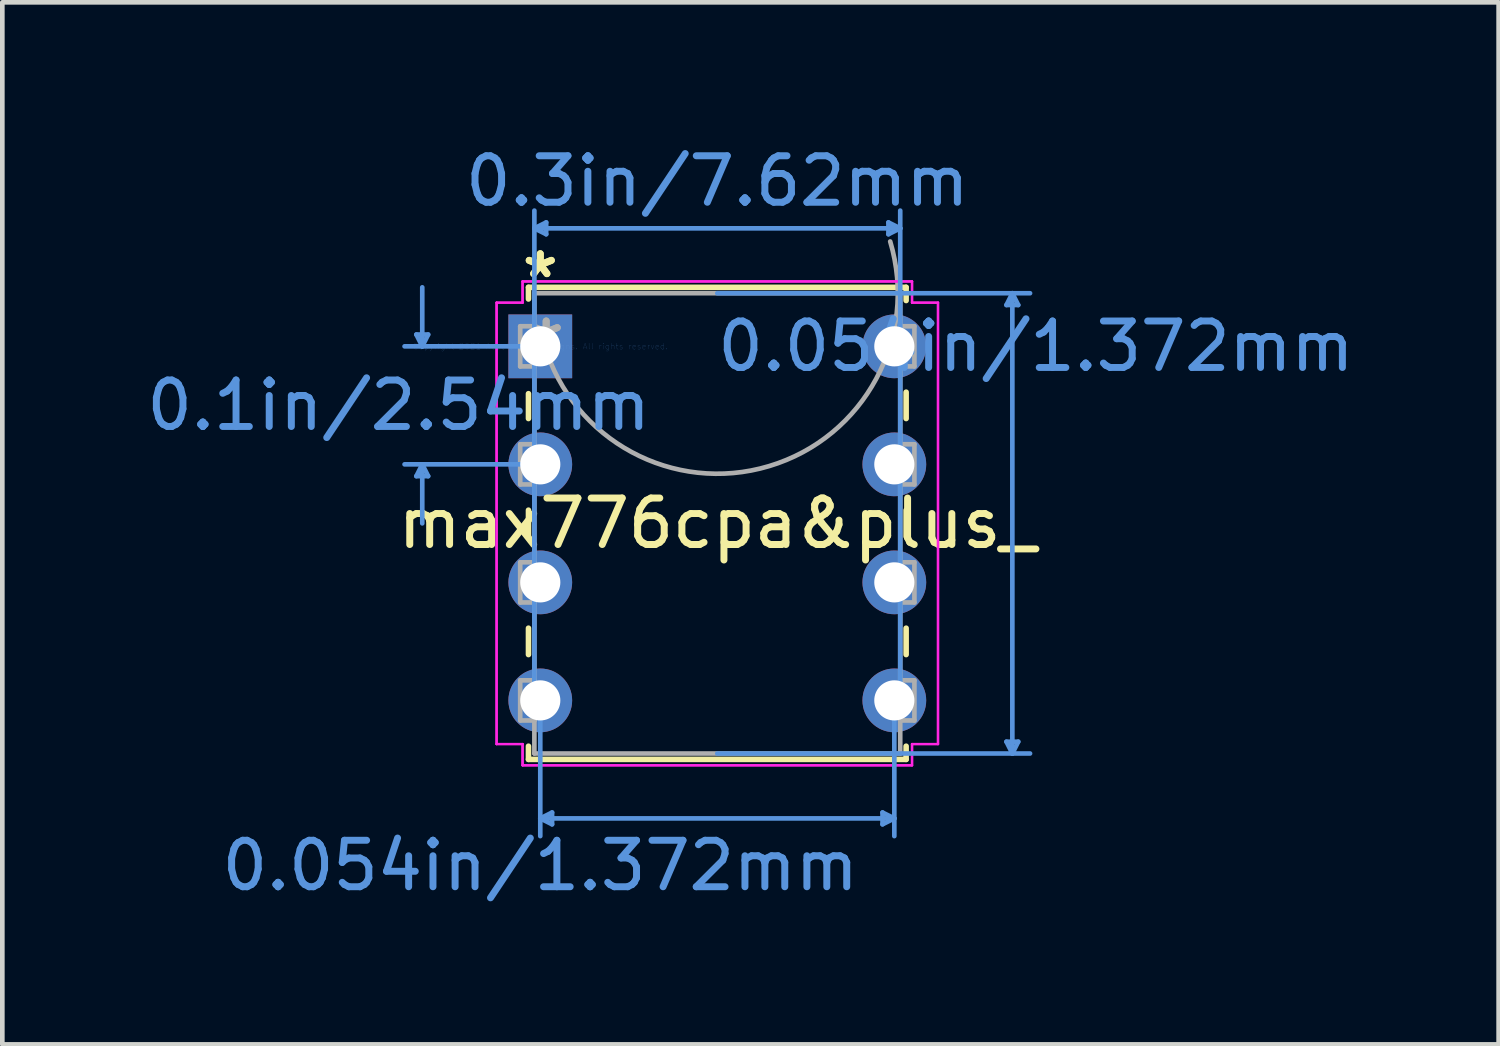
<source format=kicad_pcb>
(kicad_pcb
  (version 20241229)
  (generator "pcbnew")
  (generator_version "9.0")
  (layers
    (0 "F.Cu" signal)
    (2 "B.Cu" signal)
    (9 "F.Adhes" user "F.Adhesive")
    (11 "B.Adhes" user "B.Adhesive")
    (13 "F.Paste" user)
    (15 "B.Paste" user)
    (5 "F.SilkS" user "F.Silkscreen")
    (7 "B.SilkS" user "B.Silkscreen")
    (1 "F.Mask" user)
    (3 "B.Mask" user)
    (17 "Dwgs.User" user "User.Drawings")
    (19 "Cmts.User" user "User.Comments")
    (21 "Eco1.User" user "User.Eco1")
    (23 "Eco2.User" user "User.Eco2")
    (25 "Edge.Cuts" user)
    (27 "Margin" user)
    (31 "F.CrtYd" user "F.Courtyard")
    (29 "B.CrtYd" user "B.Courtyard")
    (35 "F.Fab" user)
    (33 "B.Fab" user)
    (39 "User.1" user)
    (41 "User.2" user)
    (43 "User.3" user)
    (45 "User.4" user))
  (footprint "max776cpa&plus_"
    (layer "F.Cu")
    (at 8.578 4.404)
    (property "Reference" "max776cpa&plus_" (at 3.81 3.81 0) (layer "F.SilkS") (effects (font (size 1 1) (thickness 0.15))))
    (attr through_hole)
    (fp_line (start -0.254 -1.27) (end -0.254 -1.019) (stroke (width 0.12) (type solid)) (layer "F.SilkS"))
    (fp_line (start -0.254 1.019) (end -0.254 1.554) (stroke (width 0.12) (type solid)) (layer "F.SilkS"))
    (fp_line (start -0.254 3.526) (end -0.254 4.094) (stroke (width 0.12) (type solid)) (layer "F.SilkS"))
    (fp_line (start -0.254 6.066) (end -0.254 6.634) (stroke (width 0.12) (type solid)) (layer "F.SilkS"))
    (fp_line (start -0.254 8.606) (end -0.254 8.89) (stroke (width 0.12) (type solid)) (layer "F.SilkS"))
    (fp_line (start -0.254 8.89) (end 7.874 8.89) (stroke (width 0.12) (type solid)) (layer "F.SilkS"))
    (fp_line (start 7.874 -1.27) (end -0.254 -1.27) (stroke (width 0.12) (type solid)) (layer "F.SilkS"))
    (fp_line (start 7.874 -0.986) (end 7.874 -1.27) (stroke (width 0.12) (type solid)) (layer "F.SilkS"))
    (fp_line (start 7.874 1.554) (end 7.874 0.986) (stroke (width 0.12) (type solid)) (layer "F.SilkS"))
    (fp_line (start 7.874 4.094) (end 7.874 3.526) (stroke (width 0.12) (type solid)) (layer "F.SilkS"))
    (fp_line (start 7.874 6.634) (end 7.874 6.066) (stroke (width 0.12) (type solid)) (layer "F.SilkS"))
    (fp_line (start 7.874 8.89) (end 7.874 8.606) (stroke (width 0.12) (type solid)) (layer "F.SilkS"))
    (fp_line (start -2.667 -0.254) (end -2.413 -0.254) (stroke (width 0.1) (type solid)) (layer "Cmts.User"))
    (fp_line (start -2.667 2.794) (end -2.413 2.794) (stroke (width 0.1) (type solid)) (layer "Cmts.User"))
    (fp_line (start -2.54 0) (end -2.667 -0.254) (stroke (width 0.1) (type solid)) (layer "Cmts.User"))
    (fp_line (start -2.54 0) (end -2.54 -1.27) (stroke (width 0.1) (type solid)) (layer "Cmts.User"))
    (fp_line (start -2.54 0) (end -2.413 -0.254) (stroke (width 0.1) (type solid)) (layer "Cmts.User"))
    (fp_line (start -2.54 2.54) (end -2.667 2.794) (stroke (width 0.1) (type solid)) (layer "Cmts.User"))
    (fp_line (start -2.54 2.54) (end -2.54 3.81) (stroke (width 0.1) (type solid)) (layer "Cmts.User"))
    (fp_line (start -2.54 2.54) (end -2.413 2.794) (stroke (width 0.1) (type solid)) (layer "Cmts.User"))
    (fp_line (start -0.127 -2.54) (end 0.127 -2.667) (stroke (width 0.1) (type solid)) (layer "Cmts.User"))
    (fp_line (start -0.127 -2.54) (end 0.127 -2.413) (stroke (width 0.1) (type solid)) (layer "Cmts.User"))
    (fp_line (start -0.127 -2.54) (end 7.747 -2.54) (stroke (width 0.1) (type solid)) (layer "Cmts.User"))
    (fp_line (start -0.127 7.62) (end -0.127 -2.921) (stroke (width 0.1) (type solid)) (layer "Cmts.User"))
    (fp_line (start 0 0) (end -2.921 0) (stroke (width 0.1) (type solid)) (layer "Cmts.User"))
    (fp_line (start 0 2.54) (end -2.921 2.54) (stroke (width 0.1) (type solid)) (layer "Cmts.User"))
    (fp_line (start 0 7.62) (end 0 10.541) (stroke (width 0.1) (type solid)) (layer "Cmts.User"))
    (fp_line (start 0 10.16) (end 0.254 10.033) (stroke (width 0.1) (type solid)) (layer "Cmts.User"))
    (fp_line (start 0 10.16) (end 0.254 10.287) (stroke (width 0.1) (type solid)) (layer "Cmts.User"))
    (fp_line (start 0 10.16) (end 7.62 10.16) (stroke (width 0.1) (type solid)) (layer "Cmts.User"))
    (fp_line (start 0.127 -2.667) (end 0.127 -2.413) (stroke (width 0.1) (type solid)) (layer "Cmts.User"))
    (fp_line (start 0.254 10.033) (end 0.254 10.287) (stroke (width 0.1) (type solid)) (layer "Cmts.User"))
    (fp_line (start 3.81 -1.143) (end 10.541 -1.143) (stroke (width 0.1) (type solid)) (layer "Cmts.User"))
    (fp_line (start 3.81 8.763) (end 10.541 8.763) (stroke (width 0.1) (type solid)) (layer "Cmts.User"))
    (fp_line (start 7.366 10.033) (end 7.366 10.287) (stroke (width 0.1) (type solid)) (layer "Cmts.User"))
    (fp_line (start 7.493 -2.667) (end 7.493 -2.413) (stroke (width 0.1) (type solid)) (layer "Cmts.User"))
    (fp_line (start 7.62 7.62) (end 7.62 10.541) (stroke (width 0.1) (type solid)) (layer "Cmts.User"))
    (fp_line (start 7.62 10.16) (end 7.366 10.033) (stroke (width 0.1) (type solid)) (layer "Cmts.User"))
    (fp_line (start 7.62 10.16) (end 7.366 10.287) (stroke (width 0.1) (type solid)) (layer "Cmts.User"))
    (fp_line (start 7.747 -2.54) (end 7.493 -2.667) (stroke (width 0.1) (type solid)) (layer "Cmts.User"))
    (fp_line (start 7.747 -2.54) (end 7.493 -2.413) (stroke (width 0.1) (type solid)) (layer "Cmts.User"))
    (fp_line (start 7.747 7.62) (end 7.747 -2.921) (stroke (width 0.1) (type solid)) (layer "Cmts.User"))
    (fp_line (start 10.033 -0.889) (end 10.287 -0.889) (stroke (width 0.1) (type solid)) (layer "Cmts.User"))
    (fp_line (start 10.033 8.509) (end 10.287 8.509) (stroke (width 0.1) (type solid)) (layer "Cmts.User"))
    (fp_line (start 10.16 -1.143) (end 10.033 -0.889) (stroke (width 0.1) (type solid)) (layer "Cmts.User"))
    (fp_line (start 10.16 -1.143) (end 10.16 8.763) (stroke (width 0.1) (type solid)) (layer "Cmts.User"))
    (fp_line (start 10.16 -1.143) (end 10.287 -0.889) (stroke (width 0.1) (type solid)) (layer "Cmts.User"))
    (fp_line (start 10.16 8.763) (end 10.033 8.509) (stroke (width 0.1) (type solid)) (layer "Cmts.User"))
    (fp_line (start 10.16 8.763) (end 10.287 8.509) (stroke (width 0.1) (type solid)) (layer "Cmts.User"))
    (fp_line (start -0.94 -0.94) (end -0.94 8.56) (stroke (width 0.05) (type solid)) (layer "F.CrtYd"))
    (fp_line (start -0.94 -0.94) (end -0.381 -0.94) (stroke (width 0.05) (type solid)) (layer "F.CrtYd"))
    (fp_line (start -0.94 8.56) (end -0.94 -0.94) (stroke (width 0.05) (type solid)) (layer "F.CrtYd"))
    (fp_line (start -0.94 8.56) (end -0.381 8.56) (stroke (width 0.05) (type solid)) (layer "F.CrtYd"))
    (fp_line (start -0.381 -1.397) (end -0.381 -0.94) (stroke (width 0.05) (type solid)) (layer "F.CrtYd"))
    (fp_line (start -0.381 -1.397) (end 8.001 -1.397) (stroke (width 0.05) (type solid)) (layer "F.CrtYd"))
    (fp_line (start -0.381 -0.94) (end -0.94 -0.94) (stroke (width 0.05) (type solid)) (layer "F.CrtYd"))
    (fp_line (start -0.381 -0.94) (end -0.381 -1.397) (stroke (width 0.05) (type solid)) (layer "F.CrtYd"))
    (fp_line (start -0.381 8.56) (end -0.94 8.56) (stroke (width 0.05) (type solid)) (layer "F.CrtYd"))
    (fp_line (start -0.381 8.56) (end -0.381 9.017) (stroke (width 0.05) (type solid)) (layer "F.CrtYd"))
    (fp_line (start -0.381 9.017) (end -0.381 8.56) (stroke (width 0.05) (type solid)) (layer "F.CrtYd"))
    (fp_line (start -0.381 9.017) (end 8.001 9.017) (stroke (width 0.05) (type solid)) (layer "F.CrtYd"))
    (fp_line (start 8.001 -1.397) (end -0.381 -1.397) (stroke (width 0.05) (type solid)) (layer "F.CrtYd"))
    (fp_line (start 8.001 -1.397) (end 8.001 -0.94) (stroke (width 0.05) (type solid)) (layer "F.CrtYd"))
    (fp_line (start 8.001 -0.94) (end 8.001 -1.397) (stroke (width 0.05) (type solid)) (layer "F.CrtYd"))
    (fp_line (start 8.001 8.56) (end 8.001 9.017) (stroke (width 0.05) (type solid)) (layer "F.CrtYd"))
    (fp_line (start 8.001 8.56) (end 8.56 8.56) (stroke (width 0.05) (type solid)) (layer "F.CrtYd"))
    (fp_line (start 8.001 9.017) (end -0.381 9.017) (stroke (width 0.05) (type solid)) (layer "F.CrtYd"))
    (fp_line (start 8.001 9.017) (end 8.001 8.56) (stroke (width 0.05) (type solid)) (layer "F.CrtYd"))
    (fp_line (start 8.56 -0.94) (end 8.001 -0.94) (stroke (width 0.05) (type solid)) (layer "F.CrtYd"))
    (fp_line (start 8.56 -0.94) (end 8.001 -0.94) (stroke (width 0.05) (type solid)) (layer "F.CrtYd"))
    (fp_line (start 8.56 -0.94) (end 8.56 8.56) (stroke (width 0.05) (type solid)) (layer "F.CrtYd"))
    (fp_line (start 8.56 8.56) (end 8.001 8.56) (stroke (width 0.05) (type solid)) (layer "F.CrtYd"))
    (fp_line (start 8.56 8.56) (end 8.56 -0.94) (stroke (width 0.05) (type solid)) (layer "F.CrtYd"))
    (fp_line (start -0.432 -0.432) (end -0.432 0.432) (stroke (width 0.1) (type solid)) (layer "F.Fab"))
    (fp_line (start -0.432 0.432) (end -0.127 0.432) (stroke (width 0.1) (type solid)) (layer "F.Fab"))
    (fp_line (start -0.432 2.108) (end -0.432 2.972) (stroke (width 0.1) (type solid)) (layer "F.Fab"))
    (fp_line (start -0.432 2.972) (end -0.127 2.972) (stroke (width 0.1) (type solid)) (layer "F.Fab"))
    (fp_line (start -0.432 4.648) (end -0.432 5.512) (stroke (width 0.1) (type solid)) (layer "F.Fab"))
    (fp_line (start -0.432 5.512) (end -0.127 5.512) (stroke (width 0.1) (type solid)) (layer "F.Fab"))
    (fp_line (start -0.432 7.188) (end -0.432 8.052) (stroke (width 0.1) (type solid)) (layer "F.Fab"))
    (fp_line (start -0.432 8.052) (end -0.127 8.052) (stroke (width 0.1) (type solid)) (layer "F.Fab"))
    (fp_line (start -0.127 -1.143) (end -0.127 8.763) (stroke (width 0.1) (type solid)) (layer "F.Fab"))
    (fp_line (start -0.127 -0.432) (end -0.432 -0.432) (stroke (width 0.1) (type solid)) (layer "F.Fab"))
    (fp_line (start -0.127 0.432) (end -0.127 -0.432) (stroke (width 0.1) (type solid)) (layer "F.Fab"))
    (fp_line (start -0.127 2.108) (end -0.432 2.108) (stroke (width 0.1) (type solid)) (layer "F.Fab"))
    (fp_line (start -0.127 2.972) (end -0.127 2.108) (stroke (width 0.1) (type solid)) (layer "F.Fab"))
    (fp_line (start -0.127 4.648) (end -0.432 4.648) (stroke (width 0.1) (type solid)) (layer "F.Fab"))
    (fp_line (start -0.127 5.512) (end -0.127 4.648) (stroke (width 0.1) (type solid)) (layer "F.Fab"))
    (fp_line (start -0.127 7.188) (end -0.432 7.188) (stroke (width 0.1) (type solid)) (layer "F.Fab"))
    (fp_line (start -0.127 8.052) (end -0.127 7.188) (stroke (width 0.1) (type solid)) (layer "F.Fab"))
    (fp_line (start -0.127 8.763) (end 7.747 8.763) (stroke (width 0.1) (type solid)) (layer "F.Fab"))
    (fp_line (start 7.747 -1.143) (end -0.127 -1.143) (stroke (width 0.1) (type solid)) (layer "F.Fab"))
    (fp_line (start 7.747 -0.432) (end 7.747 0.432) (stroke (width 0.1) (type solid)) (layer "F.Fab"))
    (fp_line (start 7.747 0.432) (end 8.052 0.432) (stroke (width 0.1) (type solid)) (layer "F.Fab"))
    (fp_line (start 7.747 2.108) (end 7.747 2.972) (stroke (width 0.1) (type solid)) (layer "F.Fab"))
    (fp_line (start 7.747 2.972) (end 8.052 2.972) (stroke (width 0.1) (type solid)) (layer "F.Fab"))
    (fp_line (start 7.747 4.648) (end 7.747 5.512) (stroke (width 0.1) (type solid)) (layer "F.Fab"))
    (fp_line (start 7.747 5.512) (end 8.052 5.512) (stroke (width 0.1) (type solid)) (layer "F.Fab"))
    (fp_line (start 7.747 7.188) (end 7.747 8.052) (stroke (width 0.1) (type solid)) (layer "F.Fab"))
    (fp_line (start 7.747 8.052) (end 8.052 8.052) (stroke (width 0.1) (type solid)) (layer "F.Fab"))
    (fp_line (start 7.747 8.763) (end 7.747 -1.143) (stroke (width 0.1) (type solid)) (layer "F.Fab"))
    (fp_line (start 8.052 -0.432) (end 7.747 -0.432) (stroke (width 0.1) (type solid)) (layer "F.Fab"))
    (fp_line (start 8.052 0.432) (end 8.052 -0.432) (stroke (width 0.1) (type solid)) (layer "F.Fab"))
    (fp_line (start 8.052 2.108) (end 7.747 2.108) (stroke (width 0.1) (type solid)) (layer "F.Fab"))
    (fp_line (start 8.052 2.972) (end 8.052 2.108) (stroke (width 0.1) (type solid)) (layer "F.Fab"))
    (fp_line (start 8.052 4.648) (end 7.747 4.648) (stroke (width 0.1) (type solid)) (layer "F.Fab"))
    (fp_line (start 8.052 5.512) (end 8.052 4.648) (stroke (width 0.1) (type solid)) (layer "F.Fab"))
    (fp_line (start 8.052 7.188) (end 7.747 7.188) (stroke (width 0.1) (type solid)) (layer "F.Fab"))
    (fp_line (start 8.052 8.052) (end 8.052 7.188) (stroke (width 0.1) (type solid)) (layer "F.Fab"))
    (fp_arc (start 7.530968 -2.256968) (mid 4.923968 2.577968) (end 0.089032 -0.029032) (stroke (width 0.1) (type solid)) (layer "F.Fab"))
    (fp_text user "*" (at 0 -1.448 0) (layer "F.SilkS") (effects (font (size 1 1) (thickness 0.15))))
    (fp_text user "*" (at 0 -1.448 0) (layer "F.SilkS") (effects (font (size 1 1) (thickness 0.15))))
    (fp_text user "0.054in/1.372mm" (at 10.668 0 0) (layer "Cmts.User") (effects (font (size 1 1) (thickness 0.15))))
    (fp_text user "Copyright 2021 Accelerated Designs. All rights reserved." (at 0 0 0) (layer "Cmts.User") (effects (font (size 0.127 0.127) (thickness 0.002))))
    (fp_text user "0.054in/1.372mm" (at 0 11.176 0) (layer "Cmts.User") (effects (font (size 1 1) (thickness 0.15))))
    (fp_text user "0.3in/7.62mm" (at 3.81 -3.556 0) (layer "Cmts.User") (effects (font (size 1 1) (thickness 0.15))))
    (fp_text user "0.1in/2.54mm" (at -3.048 1.27 0) (layer "Cmts.User") (effects (font (size 1 1) (thickness 0.15))))
    (fp_text user "*" (at 0.127 0 0) (layer "F.Fab") (effects (font (size 1 1) (thickness 0.15))))
    (fp_text user "*" (at 0.127 0 0) (layer "F.Fab") (effects (font (size 1 1) (thickness 0.15))))
    (pad "1" thru_hole rect (at 0 0) (size 1.372 1.372) (drill 0.864) (layers "*.Cu" "*.Mask"))
    (pad "2" thru_hole circle (at 0 2.54) (size 1.372 1.372) (drill 0.864) (layers "*.Cu" "*.Mask"))
    (pad "3" thru_hole circle (at 0 5.08) (size 1.372 1.372) (drill 0.864) (layers "*.Cu" "*.Mask"))
    (pad "4" thru_hole circle (at 0 7.62) (size 1.372 1.372) (drill 0.864) (layers "*.Cu" "*.Mask"))
    (pad "5" thru_hole circle (at 7.62 7.62) (size 1.372 1.372) (drill 0.864) (layers "*.Cu" "*.Mask"))
    (pad "6" thru_hole circle (at 7.62 5.08) (size 1.372 1.372) (drill 0.864) (layers "*.Cu" "*.Mask"))
    (pad "7" thru_hole circle (at 7.62 2.54) (size 1.372 1.372) (drill 0.864) (layers "*.Cu" "*.Mask"))
    (pad "8" thru_hole circle (at 7.62 0) (size 1.372 1.372) (drill 0.864) (layers "*.Cu" "*.Mask")))
  (gr_rect
    (start -3 -3)
    (end 29.204 19.428)
    (stroke (width 0.1) (type default))
    (fill no)
    (layer "Edge.Cuts")))
</source>
